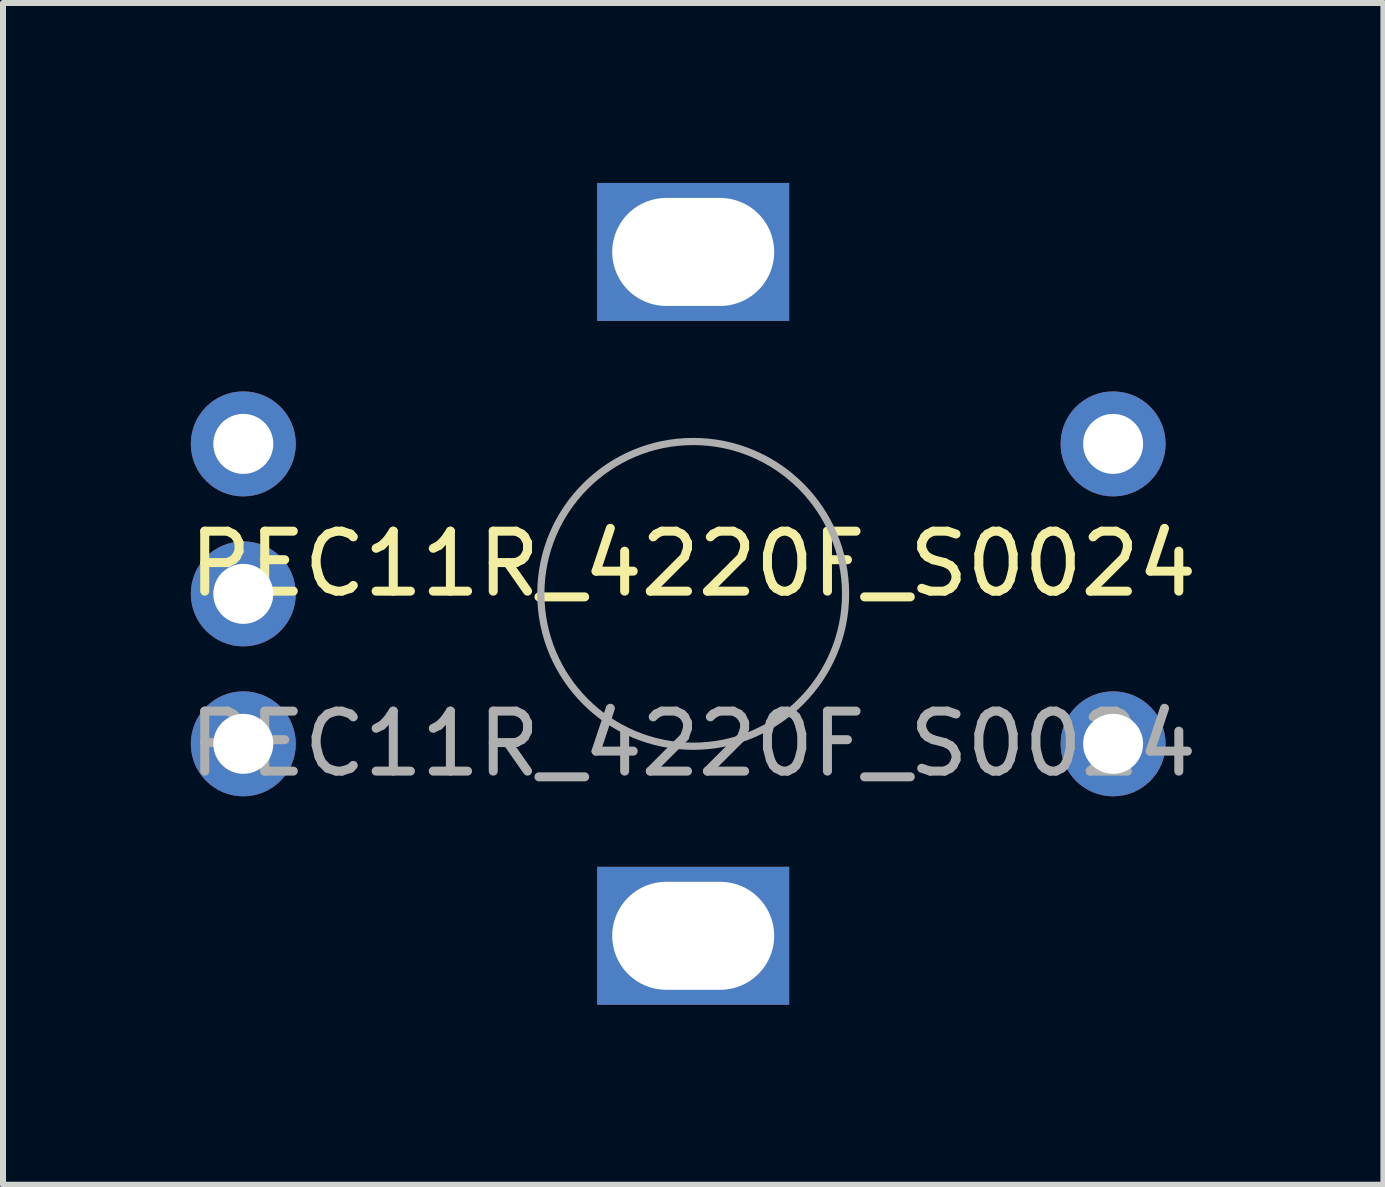
<source format=kicad_pcb>
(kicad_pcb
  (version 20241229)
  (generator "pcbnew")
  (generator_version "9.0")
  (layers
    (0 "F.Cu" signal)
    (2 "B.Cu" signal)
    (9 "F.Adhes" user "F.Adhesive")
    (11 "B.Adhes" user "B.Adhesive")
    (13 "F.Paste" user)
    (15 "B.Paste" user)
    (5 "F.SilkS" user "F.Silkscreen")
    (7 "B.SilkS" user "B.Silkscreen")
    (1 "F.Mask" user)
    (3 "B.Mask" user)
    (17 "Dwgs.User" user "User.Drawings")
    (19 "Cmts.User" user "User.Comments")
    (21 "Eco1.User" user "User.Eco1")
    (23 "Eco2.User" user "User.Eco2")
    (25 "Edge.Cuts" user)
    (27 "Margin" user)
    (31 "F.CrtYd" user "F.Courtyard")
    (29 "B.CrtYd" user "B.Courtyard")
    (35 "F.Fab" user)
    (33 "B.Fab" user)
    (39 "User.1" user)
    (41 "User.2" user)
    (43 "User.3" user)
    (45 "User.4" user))
  (footprint "PEC11R_4220F_S0024"
    (layer "F.Cu")
    (at 8.506 6.85)
    (property "Reference" "PEC11R_4220F_S0024" (at 0 -0.5 0) (unlocked yes) (layer "F.SilkS") (effects (font (size 1 1) (thickness 0.15))))
    (attr through_hole)
    (fp_circle (center 0 0) (end 2.54 0) (stroke (width 0.12) (type solid)) (fill no) (layer "F.Fab"))
    (fp_text user "${REFERENCE}" (at 0 2.5 0) (unlocked yes) (layer "F.Fab") (effects (font (size 1 1) (thickness 0.15))))
    (pad "" thru_hole rect (at 0 -5.7) (size 3.2 2.3) (drill oval 2.7 1.8) (layers "*.Cu" "*.Mask"))
    (pad "" thru_hole rect (at 0 5.7) (size 3.2 2.3) (drill oval 2.7 1.8) (layers "*.Cu" "*.Mask"))
    (pad "A" thru_hole circle (at -7.5 -2.5) (size 1.75 1.75) (drill 1) (layers "*.Cu" "*.Mask"))
    (pad "B" thru_hole circle (at -7.5 2.5) (size 1.75 1.75) (drill 1) (layers "*.Cu" "*.Mask"))
    (pad "C" thru_hole circle (at -7.5 0) (size 1.75 1.75) (drill 1) (layers "*.Cu" "*.Mask"))
    (pad "S1" thru_hole circle (at 7 2.5) (size 1.75 1.75) (drill 1) (layers "*.Cu" "*.Mask"))
    (pad "S2" thru_hole circle (at 7 -2.5) (size 1.75 1.75) (drill 1) (layers "*.Cu" "*.Mask")))
  (gr_rect
    (start -3 -3)
    (end 20.012 16.7)
    (stroke (width 0.1) (type default))
    (fill no)
    (layer "Edge.Cuts")))
</source>
